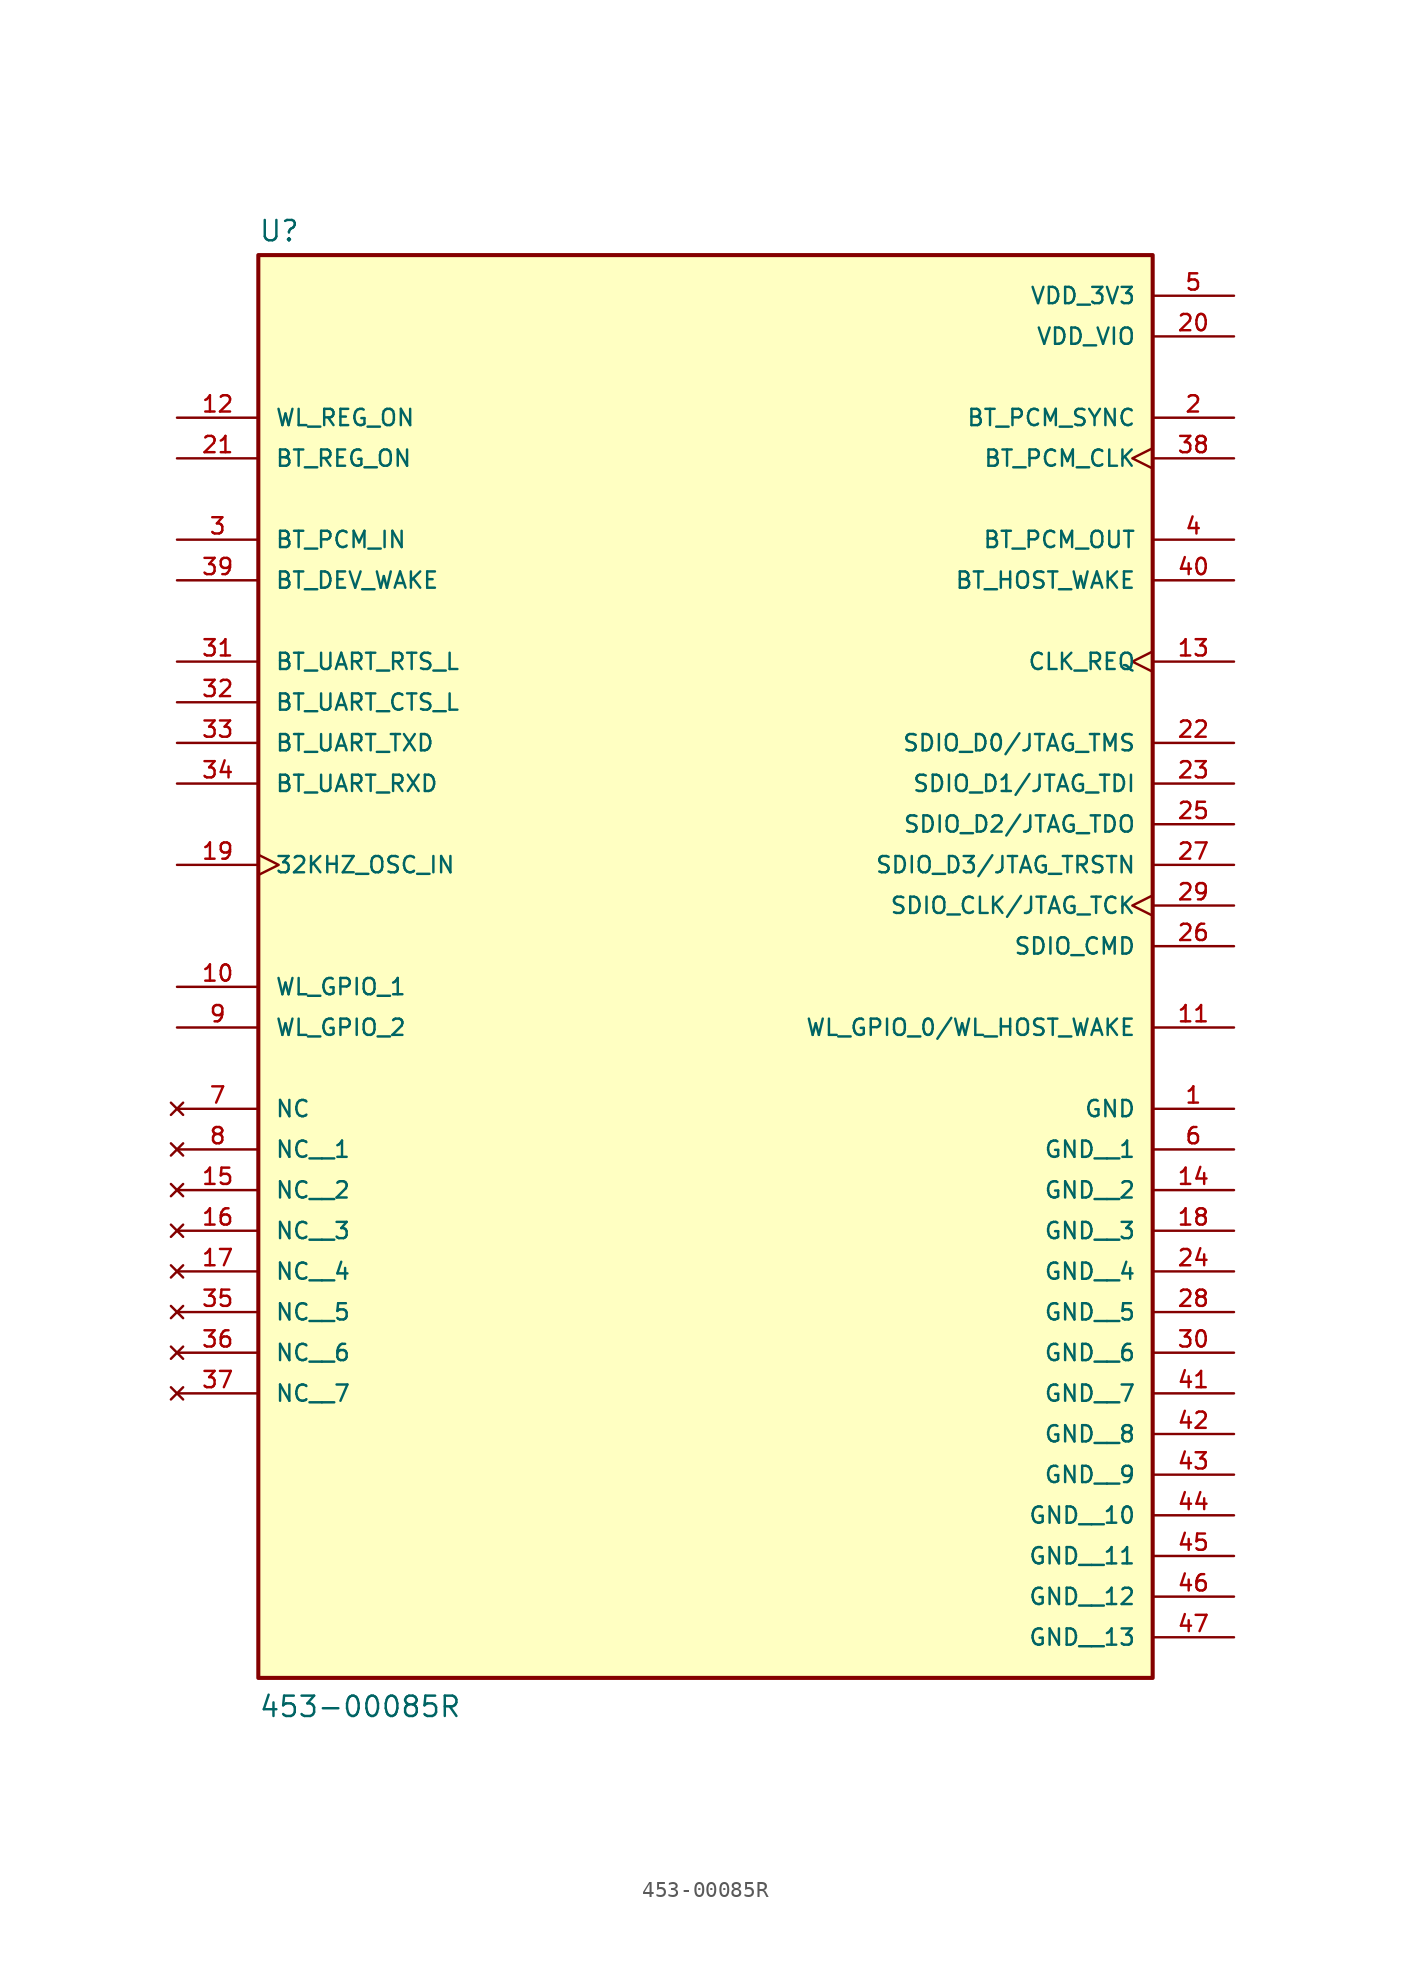
<source format=kicad_sym>
(kicad_symbol_lib
  (version 20211014)
  (generator kicad_symbol_editor)
  (symbol "453-00085R"
    (pin_names
      (offset 1.016))
    (property "Reference" "U"
      (at -27.94 28.702 0)
      (effects (font (size 1.27 1.27)) (justify bottom left)))
    (property "Value" "453-00085R"
      (at -27.94 -63.5 0)
      (effects (font (size 1.27 1.27)) (justify bottom left)))
    (symbol "453-00085R_0_0"
      (rectangle (start -27.94 -60.96) (end 27.94 27.94) (stroke (width 0.254)) (fill (type background)))
      (pin power_in line (at 33.02 -25.4 180.0) (length 5.08) (name "GND" (effects (font (size 1.016 1.016)))) (number "1" (effects (font (size 1.016 1.016)))))
      (pin bidirectional line (at 33.02 17.78 180.0) (length 5.08) (name "BT_PCM_SYNC" (effects (font (size 1.016 1.016)))) (number "2" (effects (font (size 1.016 1.016)))))
      (pin input line (at -33.02 10.16 0) (length 5.08) (name "BT_PCM_IN" (effects (font (size 1.016 1.016)))) (number "3" (effects (font (size 1.016 1.016)))))
      (pin output line (at 33.02 10.16 180.0) (length 5.08) (name "BT_PCM_OUT" (effects (font (size 1.016 1.016)))) (number "4" (effects (font (size 1.016 1.016)))))
      (pin power_in line (at 33.02 25.4 180.0) (length 5.08) (name "VDD_3V3" (effects (font (size 1.016 1.016)))) (number "5" (effects (font (size 1.016 1.016)))))
      (pin no_connect line (at -33.02 -25.4 0) (length 5.08) (name "NC" (effects (font (size 1.016 1.016)))) (number "7" (effects (font (size 1.016 1.016)))))
      (pin bidirectional line (at -33.02 -17.78 0) (length 5.08) (name "WL_GPIO_1" (effects (font (size 1.016 1.016)))) (number "10" (effects (font (size 1.016 1.016)))))
      (pin output line (at 33.02 -20.32 180.0) (length 5.08) (name "WL_GPIO_0/WL_HOST_WAKE" (effects (font (size 1.016 1.016)))) (number "11" (effects (font (size 1.016 1.016)))))
      (pin input line (at -33.02 17.78 0) (length 5.08) (name "WL_REG_ON" (effects (font (size 1.016 1.016)))) (number "12" (effects (font (size 1.016 1.016)))))
      (pin output clock (at 33.02 2.54 180.0) (length 5.08) (name "CLK_REQ" (effects (font (size 1.016 1.016)))) (number "13" (effects (font (size 1.016 1.016)))))
      (pin input clock (at -33.02 -10.16 0) (length 5.08) (name "32KHZ_OSC_IN" (effects (font (size 1.016 1.016)))) (number "19" (effects (font (size 1.016 1.016)))))
      (pin power_in line (at 33.02 22.86 180.0) (length 5.08) (name "VDD_VIO" (effects (font (size 1.016 1.016)))) (number "20" (effects (font (size 1.016 1.016)))))
      (pin input line (at -33.02 15.24 0) (length 5.08) (name "BT_REG_ON" (effects (font (size 1.016 1.016)))) (number "21" (effects (font (size 1.016 1.016)))))
      (pin bidirectional line (at 33.02 -2.54 180.0) (length 5.08) (name "SDIO_D0/JTAG_TMS" (effects (font (size 1.016 1.016)))) (number "22" (effects (font (size 1.016 1.016)))))
      (pin bidirectional line (at 33.02 -5.08 180.0) (length 5.08) (name "SDIO_D1/JTAG_TDI" (effects (font (size 1.016 1.016)))) (number "23" (effects (font (size 1.016 1.016)))))
      (pin bidirectional line (at 33.02 -7.62 180.0) (length 5.08) (name "SDIO_D2/JTAG_TDO" (effects (font (size 1.016 1.016)))) (number "25" (effects (font (size 1.016 1.016)))))
      (pin bidirectional line (at 33.02 -15.24 180.0) (length 5.08) (name "SDIO_CMD" (effects (font (size 1.016 1.016)))) (number "26" (effects (font (size 1.016 1.016)))))
      (pin bidirectional line (at 33.02 -10.16 180.0) (length 5.08) (name "SDIO_D3/JTAG_TRSTN" (effects (font (size 1.016 1.016)))) (number "27" (effects (font (size 1.016 1.016)))))
      (pin bidirectional clock (at 33.02 -12.7 180.0) (length 5.08) (name "SDIO_CLK/JTAG_TCK" (effects (font (size 1.016 1.016)))) (number "29" (effects (font (size 1.016 1.016)))))
      (pin output line (at -33.02 2.54 0) (length 5.08) (name "BT_UART_RTS_L" (effects (font (size 1.016 1.016)))) (number "31" (effects (font (size 1.016 1.016)))))
      (pin input line (at -33.02 0.0 0) (length 5.08) (name "BT_UART_CTS_L" (effects (font (size 1.016 1.016)))) (number "32" (effects (font (size 1.016 1.016)))))
      (pin output line (at -33.02 -2.54 0) (length 5.08) (name "BT_UART_TXD" (effects (font (size 1.016 1.016)))) (number "33" (effects (font (size 1.016 1.016)))))
      (pin input line (at -33.02 -5.08 0) (length 5.08) (name "BT_UART_RXD" (effects (font (size 1.016 1.016)))) (number "34" (effects (font (size 1.016 1.016)))))
      (pin bidirectional clock (at 33.02 15.24 180.0) (length 5.08) (name "BT_PCM_CLK" (effects (font (size 1.016 1.016)))) (number "38" (effects (font (size 1.016 1.016)))))
      (pin input line (at -33.02 7.62 0) (length 5.08) (name "BT_DEV_WAKE" (effects (font (size 1.016 1.016)))) (number "39" (effects (font (size 1.016 1.016)))))
      (pin output line (at 33.02 7.62 180.0) (length 5.08) (name "BT_HOST_WAKE" (effects (font (size 1.016 1.016)))) (number "40" (effects (font (size 1.016 1.016)))))
      (pin bidirectional line (at -33.02 -20.32 0) (length 5.08) (name "WL_GPIO_2" (effects (font (size 1.016 1.016)))) (number "9" (effects (font (size 1.016 1.016)))))
      (pin no_connect line (at -33.02 -27.94 0) (length 5.08) (name "NC__1" (effects (font (size 1.016 1.016)))) (number "8" (effects (font (size 1.016 1.016)))))
      (pin no_connect line (at -33.02 -30.48 0) (length 5.08) (name "NC__2" (effects (font (size 1.016 1.016)))) (number "15" (effects (font (size 1.016 1.016)))))
      (pin no_connect line (at -33.02 -33.02 0) (length 5.08) (name "NC__3" (effects (font (size 1.016 1.016)))) (number "16" (effects (font (size 1.016 1.016)))))
      (pin no_connect line (at -33.02 -35.56 0) (length 5.08) (name "NC__4" (effects (font (size 1.016 1.016)))) (number "17" (effects (font (size 1.016 1.016)))))
      (pin no_connect line (at -33.02 -38.1 0) (length 5.08) (name "NC__5" (effects (font (size 1.016 1.016)))) (number "35" (effects (font (size 1.016 1.016)))))
      (pin no_connect line (at -33.02 -40.64 0) (length 5.08) (name "NC__6" (effects (font (size 1.016 1.016)))) (number "36" (effects (font (size 1.016 1.016)))))
      (pin no_connect line (at -33.02 -43.18 0) (length 5.08) (name "NC__7" (effects (font (size 1.016 1.016)))) (number "37" (effects (font (size 1.016 1.016)))))
      (pin power_in line (at 33.02 -27.94 180.0) (length 5.08) (name "GND__1" (effects (font (size 1.016 1.016)))) (number "6" (effects (font (size 1.016 1.016)))))
      (pin power_in line (at 33.02 -30.48 180.0) (length 5.08) (name "GND__2" (effects (font (size 1.016 1.016)))) (number "14" (effects (font (size 1.016 1.016)))))
      (pin power_in line (at 33.02 -33.02 180.0) (length 5.08) (name "GND__3" (effects (font (size 1.016 1.016)))) (number "18" (effects (font (size 1.016 1.016)))))
      (pin power_in line (at 33.02 -35.56 180.0) (length 5.08) (name "GND__4" (effects (font (size 1.016 1.016)))) (number "24" (effects (font (size 1.016 1.016)))))
      (pin power_in line (at 33.02 -38.1 180.0) (length 5.08) (name "GND__5" (effects (font (size 1.016 1.016)))) (number "28" (effects (font (size 1.016 1.016)))))
      (pin power_in line (at 33.02 -40.64 180.0) (length 5.08) (name "GND__6" (effects (font (size 1.016 1.016)))) (number "30" (effects (font (size 1.016 1.016)))))
      (pin power_in line (at 33.02 -43.18 180.0) (length 5.08) (name "GND__7" (effects (font (size 1.016 1.016)))) (number "41" (effects (font (size 1.016 1.016)))))
      (pin power_in line (at 33.02 -45.72 180.0) (length 5.08) (name "GND__8" (effects (font (size 1.016 1.016)))) (number "42" (effects (font (size 1.016 1.016)))))
      (pin power_in line (at 33.02 -48.26 180.0) (length 5.08) (name "GND__9" (effects (font (size 1.016 1.016)))) (number "43" (effects (font (size 1.016 1.016)))))
      (pin power_in line (at 33.02 -50.8 180.0) (length 5.08) (name "GND__10" (effects (font (size 1.016 1.016)))) (number "44" (effects (font (size 1.016 1.016)))))
      (pin power_in line (at 33.02 -53.34 180.0) (length 5.08) (name "GND__11" (effects (font (size 1.016 1.016)))) (number "45" (effects (font (size 1.016 1.016)))))
      (pin power_in line (at 33.02 -55.88 180.0) (length 5.08) (name "GND__12" (effects (font (size 1.016 1.016)))) (number "46" (effects (font (size 1.016 1.016)))))
      (pin power_in line (at 33.02 -58.42 180.0) (length 5.08) (name "GND__13" (effects (font (size 1.016 1.016)))) (number "47" (effects (font (size 1.016 1.016))))))))
</source>
